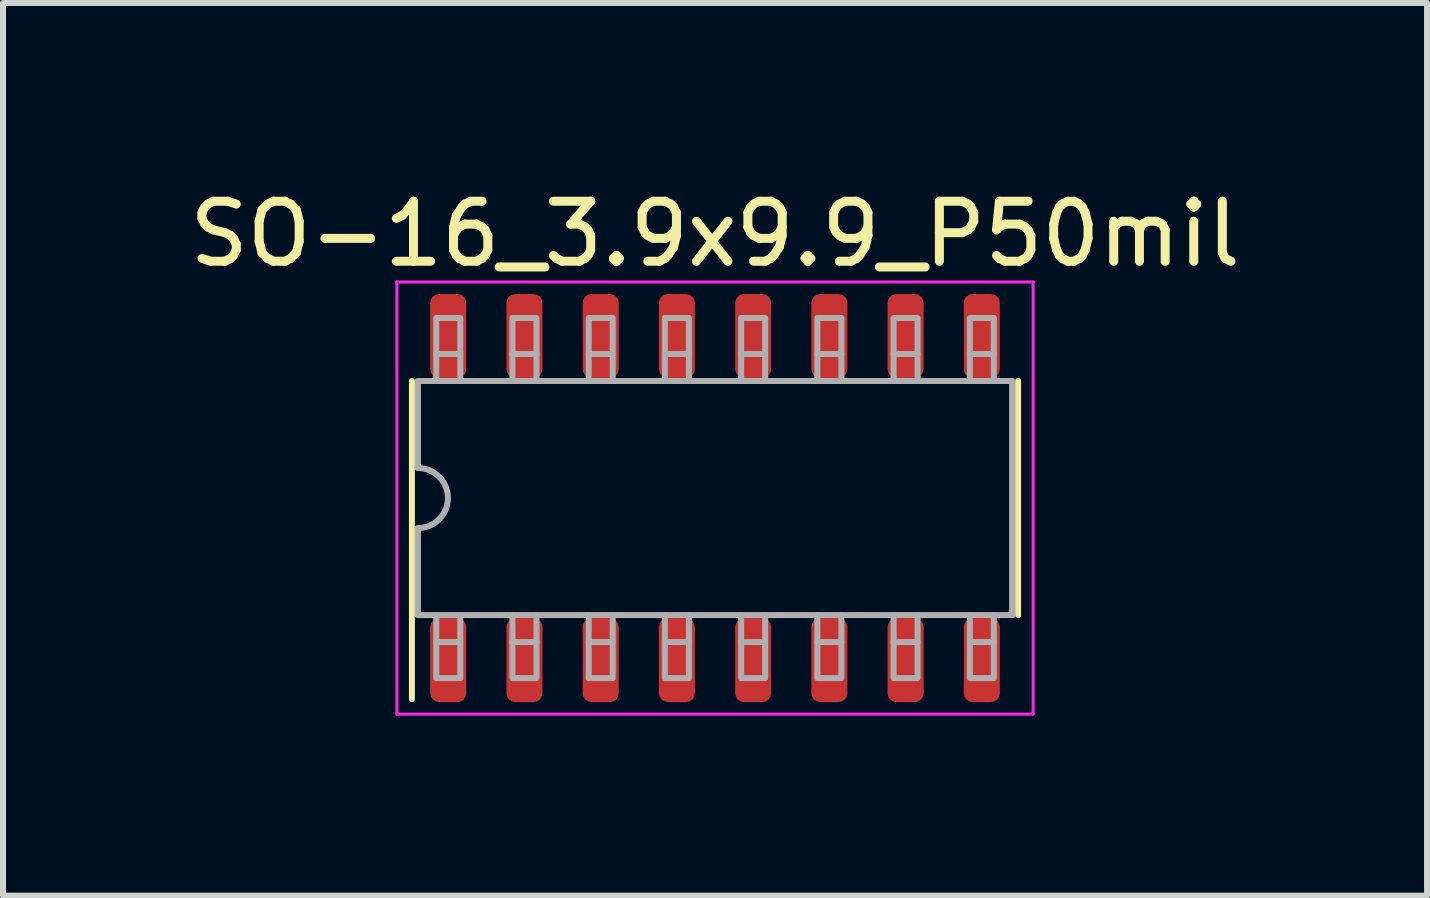
<source format=kicad_pcb>
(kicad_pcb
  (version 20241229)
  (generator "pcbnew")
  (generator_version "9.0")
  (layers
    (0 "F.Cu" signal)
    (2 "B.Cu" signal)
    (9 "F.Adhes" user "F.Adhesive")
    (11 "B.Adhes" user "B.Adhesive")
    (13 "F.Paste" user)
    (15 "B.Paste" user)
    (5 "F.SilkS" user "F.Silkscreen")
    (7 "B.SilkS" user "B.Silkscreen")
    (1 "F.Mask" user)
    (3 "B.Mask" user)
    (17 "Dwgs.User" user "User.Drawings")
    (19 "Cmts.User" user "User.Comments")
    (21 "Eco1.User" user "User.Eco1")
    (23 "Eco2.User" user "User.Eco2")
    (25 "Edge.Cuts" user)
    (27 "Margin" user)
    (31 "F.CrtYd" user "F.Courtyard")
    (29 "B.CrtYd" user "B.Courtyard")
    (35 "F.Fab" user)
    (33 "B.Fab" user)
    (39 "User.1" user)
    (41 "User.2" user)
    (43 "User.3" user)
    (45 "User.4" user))
  (footprint "SO-16_3.9x9.9_P50mil"
    (layer "F.Cu")
    (at 8.863 5.248)
    (property "Reference" "SO-16_3.9x9.9_P50mil" (at 0 -4.4 0) (layer "F.SilkS") (effects (font (size 1 1) (thickness 0.15))))
    (attr smd)
    (fp_line (start -5.05 3.35) (end -5.05 -1.95) (stroke (width 0.1) (type solid)) (layer "F.SilkS"))
    (fp_line (start 5.05 1.95) (end 5.05 -1.95) (stroke (width 0.1) (type solid)) (layer "F.SilkS"))
    (fp_line (start -5.3 -3.6) (end -5.3 3.6) (stroke (width 0.05) (type solid)) (layer "F.CrtYd"))
    (fp_line (start -5.3 3.6) (end 5.3 3.6) (stroke (width 0.05) (type solid)) (layer "F.CrtYd"))
    (fp_line (start 5.3 -3.6) (end -5.3 -3.6) (stroke (width 0.05) (type solid)) (layer "F.CrtYd"))
    (fp_line (start 5.3 3.6) (end 5.3 -3.6) (stroke (width 0.05) (type solid)) (layer "F.CrtYd"))
    (fp_line (start -4.95 -1.95) (end -4.95 -0.5) (stroke (width 0.1) (type solid)) (layer "F.Fab"))
    (fp_line (start -4.95 -1.95) (end 4.95 -1.95) (stroke (width 0.1) (type solid)) (layer "F.Fab"))
    (fp_line (start -4.95 1.95) (end -4.95 0.5) (stroke (width 0.1) (type solid)) (layer "F.Fab"))
    (fp_line (start -4.645 -2.4) (end -4.645 -1.95) (stroke (width 0.1) (type solid)) (layer "F.Fab"))
    (fp_line (start -4.645 2.4) (end -4.645 1.95) (stroke (width 0.1) (type solid)) (layer "F.Fab"))
    (fp_line (start -4.245 -2.4) (end -4.245 -1.95) (stroke (width 0.1) (type solid)) (layer "F.Fab"))
    (fp_line (start -4.245 2.4) (end -4.245 1.95) (stroke (width 0.1) (type solid)) (layer "F.Fab"))
    (fp_line (start -3.375 -2.4) (end -3.375 -1.95) (stroke (width 0.1) (type solid)) (layer "F.Fab"))
    (fp_line (start -3.375 2.4) (end -3.375 1.95) (stroke (width 0.1) (type solid)) (layer "F.Fab"))
    (fp_line (start -2.975 -2.4) (end -2.975 -1.95) (stroke (width 0.1) (type solid)) (layer "F.Fab"))
    (fp_line (start -2.975 2.4) (end -2.975 1.95) (stroke (width 0.1) (type solid)) (layer "F.Fab"))
    (fp_line (start -2.105 -2.4) (end -2.105 -1.95) (stroke (width 0.1) (type solid)) (layer "F.Fab"))
    (fp_line (start -2.105 2.4) (end -2.105 1.95) (stroke (width 0.1) (type solid)) (layer "F.Fab"))
    (fp_line (start -1.705 -2.4) (end -1.705 -1.95) (stroke (width 0.1) (type solid)) (layer "F.Fab"))
    (fp_line (start -1.705 2.4) (end -1.705 1.95) (stroke (width 0.1) (type solid)) (layer "F.Fab"))
    (fp_line (start -0.835 -2.4) (end -0.835 -1.95) (stroke (width 0.1) (type solid)) (layer "F.Fab"))
    (fp_line (start -0.835 2.4) (end -0.835 1.95) (stroke (width 0.1) (type solid)) (layer "F.Fab"))
    (fp_line (start -0.435 -2.4) (end -0.435 -1.95) (stroke (width 0.1) (type solid)) (layer "F.Fab"))
    (fp_line (start -0.435 2.4) (end -0.435 1.95) (stroke (width 0.1) (type solid)) (layer "F.Fab"))
    (fp_line (start 0.435 -2.4) (end 0.435 -1.95) (stroke (width 0.1) (type solid)) (layer "F.Fab"))
    (fp_line (start 0.435 2.4) (end 0.435 1.95) (stroke (width 0.1) (type solid)) (layer "F.Fab"))
    (fp_line (start 0.835 -2.4) (end 0.835 -1.95) (stroke (width 0.1) (type solid)) (layer "F.Fab"))
    (fp_line (start 0.835 2.4) (end 0.835 1.95) (stroke (width 0.1) (type solid)) (layer "F.Fab"))
    (fp_line (start 1.705 -2.4) (end 1.705 -1.95) (stroke (width 0.1) (type solid)) (layer "F.Fab"))
    (fp_line (start 1.705 2.4) (end 1.705 1.95) (stroke (width 0.1) (type solid)) (layer "F.Fab"))
    (fp_line (start 2.105 -2.4) (end 2.105 -1.95) (stroke (width 0.1) (type solid)) (layer "F.Fab"))
    (fp_line (start 2.105 2.4) (end 2.105 1.95) (stroke (width 0.1) (type solid)) (layer "F.Fab"))
    (fp_line (start 2.975 -2.4) (end 2.975 -1.95) (stroke (width 0.1) (type solid)) (layer "F.Fab"))
    (fp_line (start 2.975 2.4) (end 2.975 1.95) (stroke (width 0.1) (type solid)) (layer "F.Fab"))
    (fp_line (start 3.375 -2.4) (end 3.375 -1.95) (stroke (width 0.1) (type solid)) (layer "F.Fab"))
    (fp_line (start 3.375 2.4) (end 3.375 1.95) (stroke (width 0.1) (type solid)) (layer "F.Fab"))
    (fp_line (start 4.245 -2.4) (end 4.245 -1.95) (stroke (width 0.1) (type solid)) (layer "F.Fab"))
    (fp_line (start 4.245 2.4) (end 4.245 1.95) (stroke (width 0.1) (type solid)) (layer "F.Fab"))
    (fp_line (start 4.645 -2.4) (end 4.645 -1.95) (stroke (width 0.1) (type solid)) (layer "F.Fab"))
    (fp_line (start 4.645 2.4) (end 4.645 1.95) (stroke (width 0.1) (type solid)) (layer "F.Fab"))
    (fp_line (start 4.95 -1.95) (end 4.95 1.95) (stroke (width 0.1) (type solid)) (layer "F.Fab"))
    (fp_line (start 4.95 1.95) (end -4.95 1.95) (stroke (width 0.1) (type solid)) (layer "F.Fab"))
    (fp_arc (start -4.95 -0.5) (mid -4.45 0) (end -4.95 0.5) (stroke (width 0.1) (type solid)) (layer "F.Fab"))
    (fp_poly (pts (xy -4.645 -2.4) (xy -4.645 -3) (xy -4.245 -3) (xy -4.245 -2.4)) (stroke (width 0.1) (type solid)) (fill no) (layer "F.Fab"))
    (fp_poly (pts (xy -4.245 2.4) (xy -4.245 3) (xy -4.645 3) (xy -4.645 2.4)) (stroke (width 0.1) (type solid)) (fill no) (layer "F.Fab"))
    (fp_poly (pts (xy -3.375 -2.4) (xy -3.375 -3) (xy -2.975 -3) (xy -2.975 -2.4)) (stroke (width 0.1) (type solid)) (fill no) (layer "F.Fab"))
    (fp_poly (pts (xy -2.975 2.4) (xy -2.975 3) (xy -3.375 3) (xy -3.375 2.4)) (stroke (width 0.1) (type solid)) (fill no) (layer "F.Fab"))
    (fp_poly (pts (xy -2.105 -2.4) (xy -2.105 -3) (xy -1.705 -3) (xy -1.705 -2.4)) (stroke (width 0.1) (type solid)) (fill no) (layer "F.Fab"))
    (fp_poly (pts (xy -1.705 2.4) (xy -1.705 3) (xy -2.105 3) (xy -2.105 2.4)) (stroke (width 0.1) (type solid)) (fill no) (layer "F.Fab"))
    (fp_poly (pts (xy -0.835 -2.4) (xy -0.835 -3) (xy -0.435 -3) (xy -0.435 -2.4)) (stroke (width 0.1) (type solid)) (fill no) (layer "F.Fab"))
    (fp_poly (pts (xy -0.435 2.4) (xy -0.435 3) (xy -0.835 3) (xy -0.835 2.4)) (stroke (width 0.1) (type solid)) (fill no) (layer "F.Fab"))
    (fp_poly (pts (xy 0.435 -2.4) (xy 0.435 -3) (xy 0.835 -3) (xy 0.835 -2.4)) (stroke (width 0.1) (type solid)) (fill no) (layer "F.Fab"))
    (fp_poly (pts (xy 0.835 2.4) (xy 0.835 3) (xy 0.435 3) (xy 0.435 2.4)) (stroke (width 0.1) (type solid)) (fill no) (layer "F.Fab"))
    (fp_poly (pts (xy 1.705 -2.4) (xy 1.705 -3) (xy 2.105 -3) (xy 2.105 -2.4)) (stroke (width 0.1) (type solid)) (fill no) (layer "F.Fab"))
    (fp_poly (pts (xy 2.105 2.4) (xy 2.105 3) (xy 1.705 3) (xy 1.705 2.4)) (stroke (width 0.1) (type solid)) (fill no) (layer "F.Fab"))
    (fp_poly (pts (xy 2.975 -2.4) (xy 2.975 -3) (xy 3.375 -3) (xy 3.375 -2.4)) (stroke (width 0.1) (type solid)) (fill no) (layer "F.Fab"))
    (fp_poly (pts (xy 3.375 2.4) (xy 3.375 3) (xy 2.975 3) (xy 2.975 2.4)) (stroke (width 0.1) (type solid)) (fill no) (layer "F.Fab"))
    (fp_poly (pts (xy 4.245 -2.4) (xy 4.245 -3) (xy 4.645 -3) (xy 4.645 -2.4)) (stroke (width 0.1) (type solid)) (fill no) (layer "F.Fab"))
    (fp_poly (pts (xy 4.645 2.4) (xy 4.645 3) (xy 4.245 3) (xy 4.245 2.4)) (stroke (width 0.1) (type solid)) (fill no) (layer "F.Fab"))
    (pad "1" smd roundrect (at -4.445 2.7 90) (size 1.4 0.6) (layers "F.Cu" "F.Mask" "F.Paste") (roundrect_rratio 0.25))
    (pad "2" smd roundrect (at -3.175 2.7 90) (size 1.4 0.6) (layers "F.Cu" "F.Mask" "F.Paste") (roundrect_rratio 0.25))
    (pad "3" smd roundrect (at -1.905 2.7 90) (size 1.4 0.6) (layers "F.Cu" "F.Mask" "F.Paste") (roundrect_rratio 0.25))
    (pad "4" smd roundrect (at -0.635 2.7 90) (size 1.4 0.6) (layers "F.Cu" "F.Mask" "F.Paste") (roundrect_rratio 0.25))
    (pad "5" smd roundrect (at 0.635 2.7 90) (size 1.4 0.6) (layers "F.Cu" "F.Mask" "F.Paste") (roundrect_rratio 0.25))
    (pad "6" smd roundrect (at 1.905 2.7 90) (size 1.4 0.6) (layers "F.Cu" "F.Mask" "F.Paste") (roundrect_rratio 0.25))
    (pad "7" smd roundrect (at 3.175 2.7 90) (size 1.4 0.6) (layers "F.Cu" "F.Mask" "F.Paste") (roundrect_rratio 0.25))
    (pad "8" smd roundrect (at 4.445 2.7 90) (size 1.4 0.6) (layers "F.Cu" "F.Mask" "F.Paste") (roundrect_rratio 0.25))
    (pad "9" smd roundrect (at 4.445 -2.7 90) (size 1.4 0.6) (layers "F.Cu" "F.Mask" "F.Paste") (roundrect_rratio 0.25))
    (pad "10" smd roundrect (at 3.175 -2.7 90) (size 1.4 0.6) (layers "F.Cu" "F.Mask" "F.Paste") (roundrect_rratio 0.25))
    (pad "11" smd roundrect (at 1.905 -2.7 90) (size 1.4 0.6) (layers "F.Cu" "F.Mask" "F.Paste") (roundrect_rratio 0.25))
    (pad "12" smd roundrect (at 0.635 -2.7 90) (size 1.4 0.6) (layers "F.Cu" "F.Mask" "F.Paste") (roundrect_rratio 0.25))
    (pad "13" smd roundrect (at -0.635 -2.7 90) (size 1.4 0.6) (layers "F.Cu" "F.Mask" "F.Paste") (roundrect_rratio 0.25))
    (pad "14" smd roundrect (at -1.905 -2.7 90) (size 1.4 0.6) (layers "F.Cu" "F.Mask" "F.Paste") (roundrect_rratio 0.25))
    (pad "15" smd roundrect (at -3.175 -2.7 90) (size 1.4 0.6) (layers "F.Cu" "F.Mask" "F.Paste") (roundrect_rratio 0.25))
    (pad "16" smd roundrect (at -4.445 -2.7 90) (size 1.4 0.6) (layers "F.Cu" "F.Mask" "F.Paste") (roundrect_rratio 0.25)))
  (gr_rect
    (start -3 -3)
    (end 20.726 11.873)
    (stroke (width 0.1) (type default))
    (fill no)
    (layer "Edge.Cuts")))
</source>
